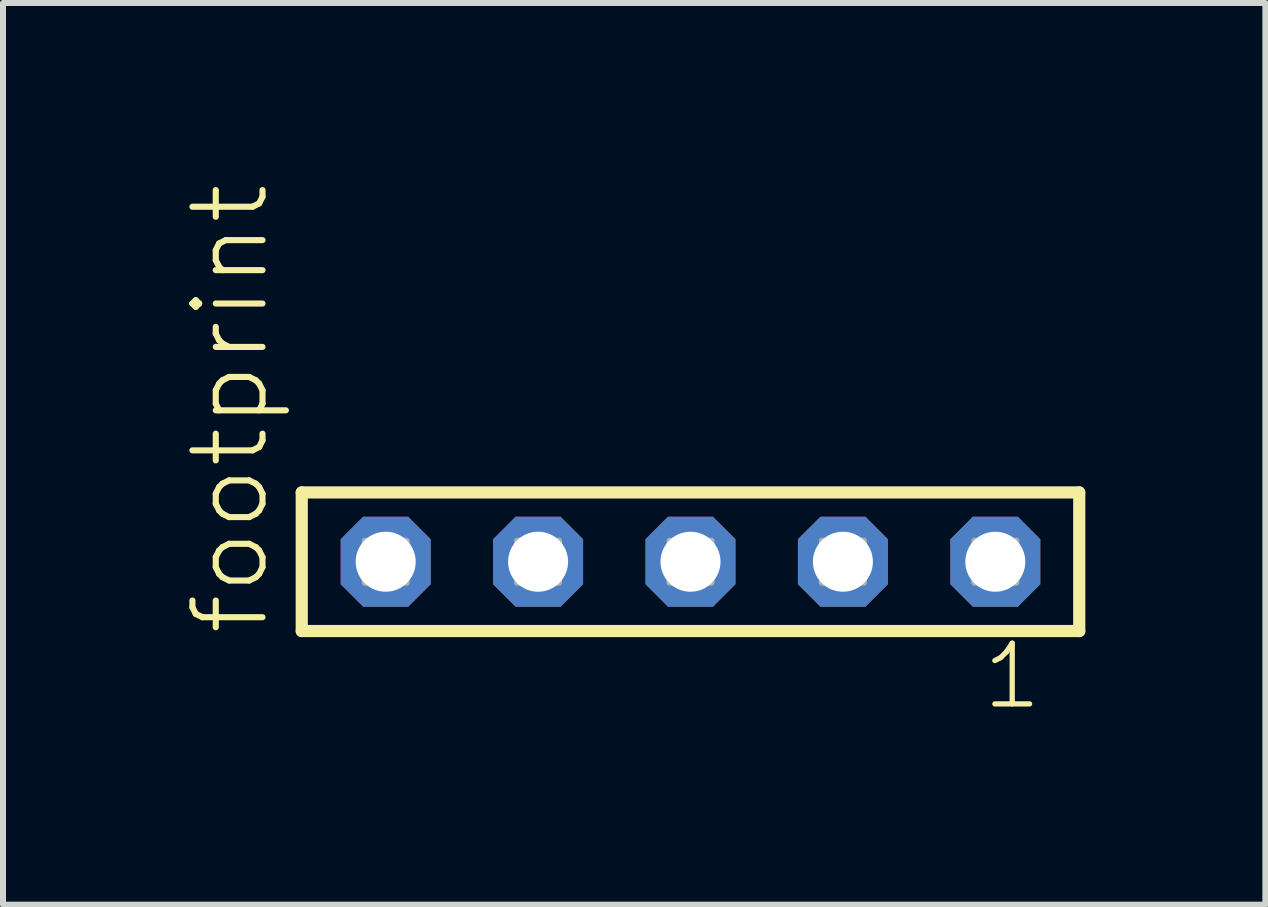
<source format=kicad_pcb>
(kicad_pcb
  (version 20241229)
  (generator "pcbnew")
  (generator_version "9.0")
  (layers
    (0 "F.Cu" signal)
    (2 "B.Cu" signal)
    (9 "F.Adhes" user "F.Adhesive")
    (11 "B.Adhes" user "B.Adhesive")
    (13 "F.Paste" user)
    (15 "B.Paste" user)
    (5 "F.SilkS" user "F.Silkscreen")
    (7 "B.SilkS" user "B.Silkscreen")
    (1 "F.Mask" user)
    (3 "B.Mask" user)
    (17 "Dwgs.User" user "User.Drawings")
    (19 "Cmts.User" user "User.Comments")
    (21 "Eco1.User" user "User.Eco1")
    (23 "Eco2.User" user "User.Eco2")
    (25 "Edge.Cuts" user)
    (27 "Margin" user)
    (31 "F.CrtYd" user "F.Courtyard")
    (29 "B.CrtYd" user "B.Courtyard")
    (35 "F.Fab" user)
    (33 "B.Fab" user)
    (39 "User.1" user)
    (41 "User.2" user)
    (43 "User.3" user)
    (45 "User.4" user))
  (footprint "footprint"
    (layer "F.Cu")
    (at 8.458 6.312)
    (property "Reference" "footprint" (at -6.985 1.27 90) (layer "F.SilkS") (effects (font (size 1.168 1.168) (thickness 0.102)) (justify left bottom)))
    (fp_line (start -6.479 -1.155) (end 6.479 -1.155) (stroke (width 0.203) (type solid)) (layer "F.SilkS"))
    (fp_line (start -6.479 1.155) (end -6.479 -1.155) (stroke (width 0.203) (type solid)) (layer "F.SilkS"))
    (fp_line (start 6.479 -1.155) (end 6.479 1.155) (stroke (width 0.203) (type solid)) (layer "F.SilkS"))
    (fp_line (start 6.479 1.155) (end -6.479 1.155) (stroke (width 0.203) (type solid)) (layer "F.SilkS"))
    (fp_poly (pts (xy -5.43 0.35) (xy -4.73 0.35) (xy -4.73 -0.35) (xy -5.43 -0.35)) (stroke (width 0.1) (type solid)) (fill no) (layer "F.Fab"))
    (fp_poly (pts (xy -2.89 0.35) (xy -2.19 0.35) (xy -2.19 -0.35) (xy -2.89 -0.35)) (stroke (width 0.1) (type solid)) (fill no) (layer "F.Fab"))
    (fp_poly (pts (xy -0.35 0.35) (xy 0.35 0.35) (xy 0.35 -0.35) (xy -0.35 -0.35)) (stroke (width 0.1) (type solid)) (fill no) (layer "F.Fab"))
    (fp_poly (pts (xy 2.19 0.35) (xy 2.89 0.35) (xy 2.89 -0.35) (xy 2.19 -0.35)) (stroke (width 0.1) (type solid)) (fill no) (layer "F.Fab"))
    (fp_poly (pts (xy 4.73 0.35) (xy 5.43 0.35) (xy 5.43 -0.35) (xy 4.73 -0.35)) (stroke (width 0.1) (type solid)) (fill no) (layer "F.Fab"))
    (fp_text user "1" (at 4.822 2.498 0) (layer "F.SilkS") (effects (font (size 1.012 1.012) (thickness 0.088)) (justify left bottom)))
    (pad "1" thru_hole roundrect (at 5.08 0 180) (size 1.5 1.5) (drill 1) (layers "*.Cu" "*.Mask") (roundrect_rratio 0.25) (chamfer_ratio 0.25) (chamfer top_left top_right bottom_left bottom_right))
    (pad "2" thru_hole roundrect (at 2.54 0 180) (size 1.5 1.5) (drill 1) (layers "*.Cu" "*.Mask") (roundrect_rratio 0.25) (chamfer_ratio 0.25) (chamfer top_left top_right bottom_left bottom_right))
    (pad "3" thru_hole roundrect (at 0 0 180) (size 1.5 1.5) (drill 1) (layers "*.Cu" "*.Mask") (roundrect_rratio 0.25) (chamfer_ratio 0.25) (chamfer top_left top_right bottom_left bottom_right))
    (pad "4" thru_hole roundrect (at -2.54 0 180) (size 1.5 1.5) (drill 1) (layers "*.Cu" "*.Mask") (roundrect_rratio 0.25) (chamfer_ratio 0.25) (chamfer top_left top_right bottom_left bottom_right))
    (pad "5" thru_hole roundrect (at -5.08 0 180) (size 1.5 1.5) (drill 1) (layers "*.Cu" "*.Mask") (roundrect_rratio 0.25) (chamfer_ratio 0.25) (chamfer top_left top_right bottom_left bottom_right)))
  (gr_rect
    (start -3 -3)
    (end 18.039 12.027)
    (stroke (width 0.1) (type default))
    (fill no)
    (layer "Edge.Cuts")))
</source>
